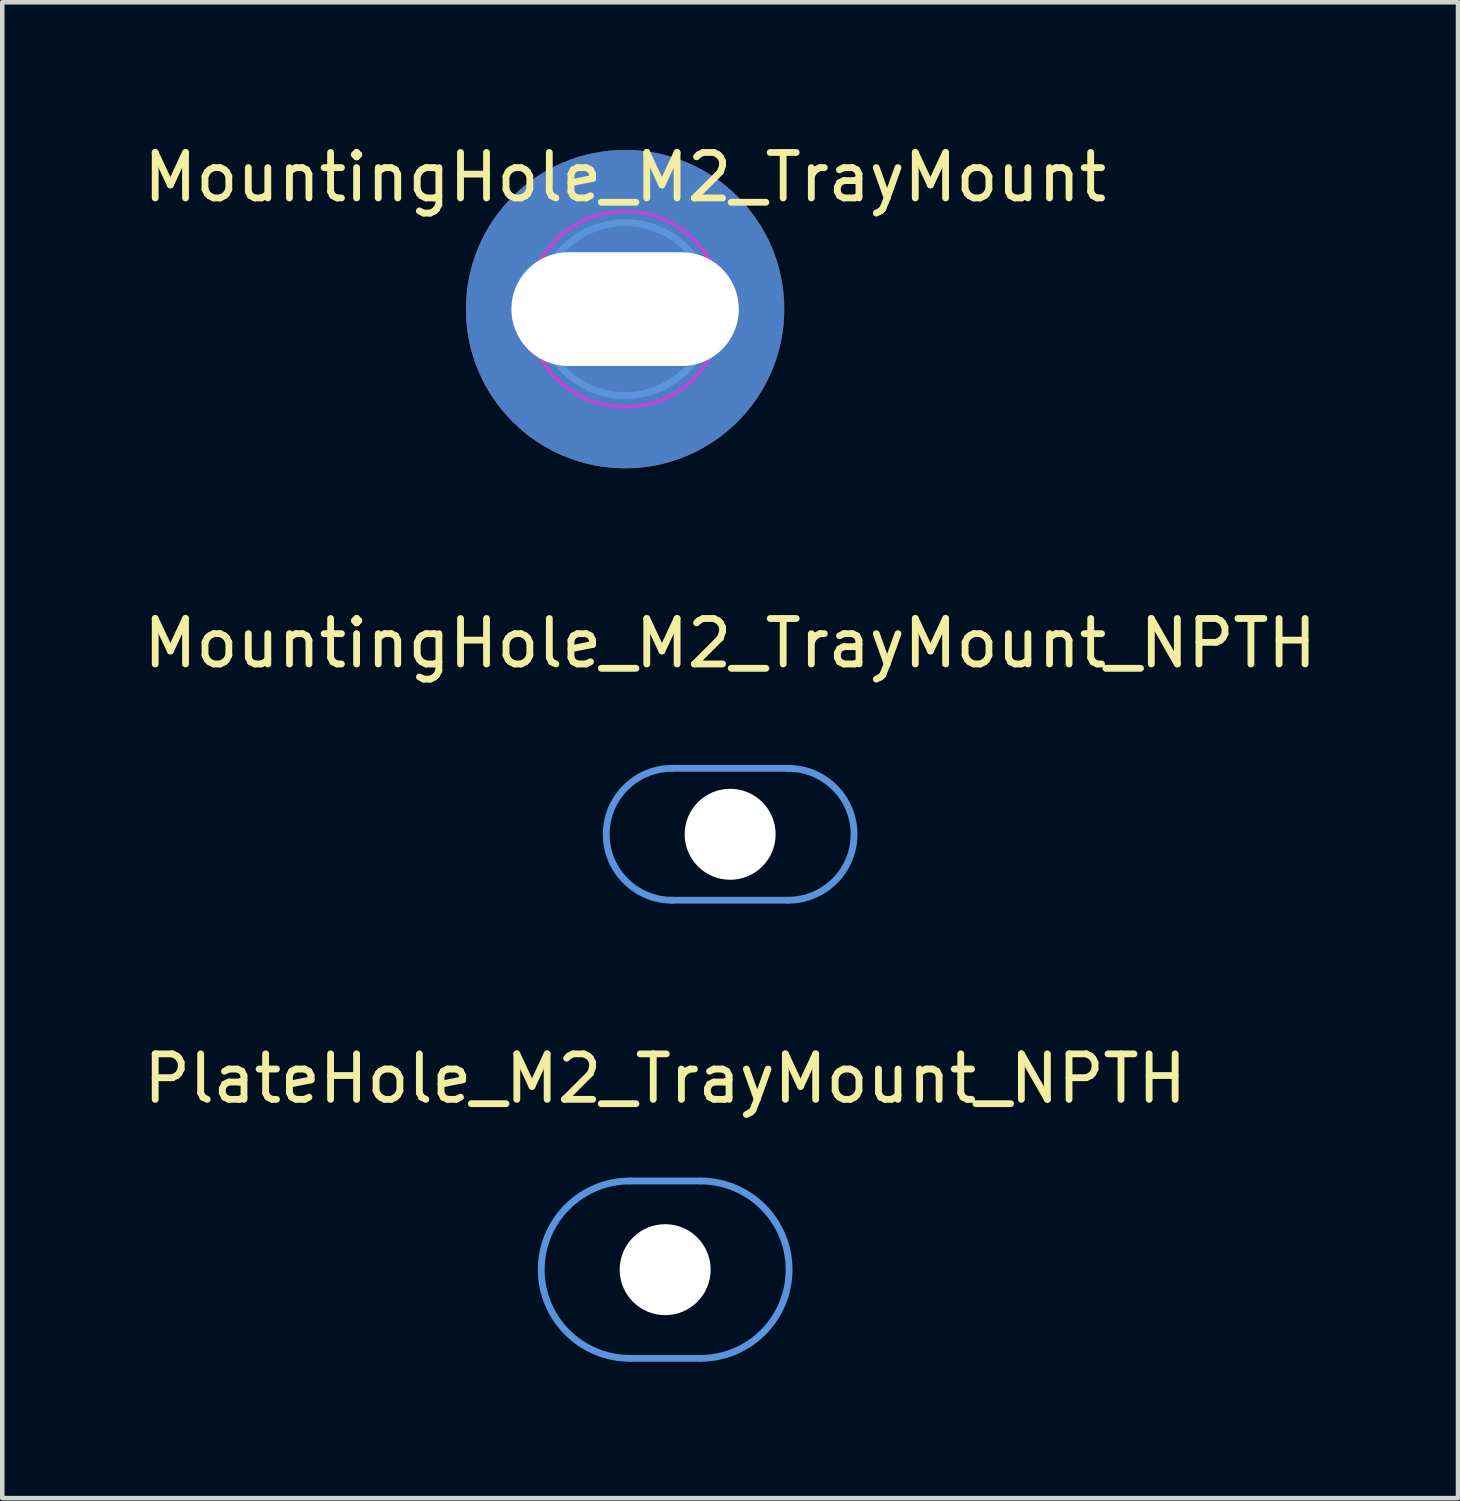
<source format=kicad_pcb>
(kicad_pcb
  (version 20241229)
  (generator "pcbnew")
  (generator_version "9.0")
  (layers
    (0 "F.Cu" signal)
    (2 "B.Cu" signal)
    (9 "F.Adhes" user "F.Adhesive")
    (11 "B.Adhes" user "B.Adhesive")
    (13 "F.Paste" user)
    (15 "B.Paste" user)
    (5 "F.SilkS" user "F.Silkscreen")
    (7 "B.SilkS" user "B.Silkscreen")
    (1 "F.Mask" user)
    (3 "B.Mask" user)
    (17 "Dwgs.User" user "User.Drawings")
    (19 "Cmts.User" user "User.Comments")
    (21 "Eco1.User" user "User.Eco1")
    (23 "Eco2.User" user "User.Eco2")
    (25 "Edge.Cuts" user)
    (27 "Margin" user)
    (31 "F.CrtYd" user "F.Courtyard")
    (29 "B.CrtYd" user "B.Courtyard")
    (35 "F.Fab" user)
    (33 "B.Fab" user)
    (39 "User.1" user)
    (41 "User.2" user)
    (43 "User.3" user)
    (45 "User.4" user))
  (footprint "MountingHole_M2_TrayMount_NPTH"
    (layer "F.Cu")
    (at 13.006 15.296)
    (property "Reference" "MountingHole_M2_TrayMount_NPTH" (at 0 -4.2 0) (layer "F.SilkS") (effects (font (size 1 1) (thickness 0.15))))
    (attr exclude_from_pos_files exclude_from_bom)
    (fp_line (start -1.275 -1.45) (end 1.275 -1.45) (stroke (width 0.15) (type solid)) (layer "Cmts.User"))
    (fp_line (start -1.275 1.45) (end 1.275 1.45) (stroke (width 0.15) (type solid)) (layer "Cmts.User"))
    (fp_arc (start -1.275 1.45) (mid -2.725 0) (end -1.275 -1.45) (stroke (width 0.15) (type default)) (layer "Cmts.User"))
    (fp_arc (start 1.275 -1.45) (mid 2.725 0) (end 1.275 1.45) (stroke (width 0.15) (type default)) (layer "Cmts.User"))
    (fp_line (start -1.275 -1.45) (end 1.275 -1.45) (stroke (width 0.05) (type solid)) (layer "F.CrtYd"))
    (fp_line (start -1.275 1.45) (end 1.275 1.45) (stroke (width 0.05) (type solid)) (layer "F.CrtYd"))
    (fp_arc (start -1.275 1.45) (mid -2.725 0) (end -1.275 -1.45) (stroke (width 0.05) (type default)) (layer "F.CrtYd"))
    (fp_arc (start 1.275 -1.45) (mid 2.725 0) (end 1.275 1.45) (stroke (width 0.05) (type default)) (layer "F.CrtYd"))
    (pad "" np_thru_hole circle (at 0 0) (size 2 2) (drill oval 5 2.5) (layers "*.Cu" "*.Mask")))
  (footprint "PlateHole_M2_TrayMount_NPTH"
    (layer "F.Cu")
    (at 11.577 24.87)
    (property "Reference" "PlateHole_M2_TrayMount_NPTH" (at 0 -4.2 0) (layer "F.SilkS") (effects (font (size 1 1) (thickness 0.15))))
    (attr exclude_from_pos_files exclude_from_bom)
    (fp_line (start -0.775 -1.95) (end 0.775 -1.95) (stroke (width 0.15) (type solid)) (layer "Cmts.User"))
    (fp_line (start -0.775 1.95) (end 0.775 1.95) (stroke (width 0.15) (type solid)) (layer "Cmts.User"))
    (fp_arc (start -0.775 1.95) (mid -2.725 0) (end -0.775 -1.95) (stroke (width 0.15) (type solid)) (layer "Cmts.User"))
    (fp_arc (start 0.775 -1.95) (mid 2.725 0) (end 0.775 1.95) (stroke (width 0.15) (type solid)) (layer "Cmts.User"))
    (fp_line (start -0.775 -1.95) (end 0.775 -1.95) (stroke (width 0.05) (type solid)) (layer "F.CrtYd"))
    (fp_line (start -0.775 1.95) (end 0.775 1.95) (stroke (width 0.05) (type solid)) (layer "F.CrtYd"))
    (fp_arc (start -0.775 1.95) (mid -2.725 0) (end -0.775 -1.95) (stroke (width 0.05) (type solid)) (layer "F.CrtYd"))
    (fp_arc (start 0.775 -1.95) (mid 2.725 0) (end 0.775 1.95) (stroke (width 0.05) (type solid)) (layer "F.CrtYd"))
    (pad "" np_thru_hole circle (at 0 0) (size 2 2) (drill oval 5 3.5) (layers "*.Cu" "*.Mask")))
  (footprint "MountingHole_M2_TrayMount"
    (layer "F.Cu")
    (at 10.696 3.748)
    (property "Reference" "MountingHole_M2_TrayMount" (at 0 -2.9 0) (layer "F.SilkS") (effects (font (size 1 1) (thickness 0.15))))
    (attr exclude_from_pos_files exclude_from_bom)
    (fp_circle (center 0 0) (end 1.9 0) (stroke (width 0.15) (type solid)) (fill no) (layer "Cmts.User"))
    (fp_circle (center 0 0) (end 2.15 0) (stroke (width 0.05) (type solid)) (fill no) (layer "F.CrtYd"))
    (pad "1" thru_hole circle (at 0 0) (size 7 7) (drill oval 5 2.5) (layers "*.Cu" "*.Mask")))
  (gr_rect
    (start -3 -3)
    (end 29.012 29.895)
    (stroke (width 0.1) (type default))
    (fill no)
    (layer "Edge.Cuts")))
</source>
